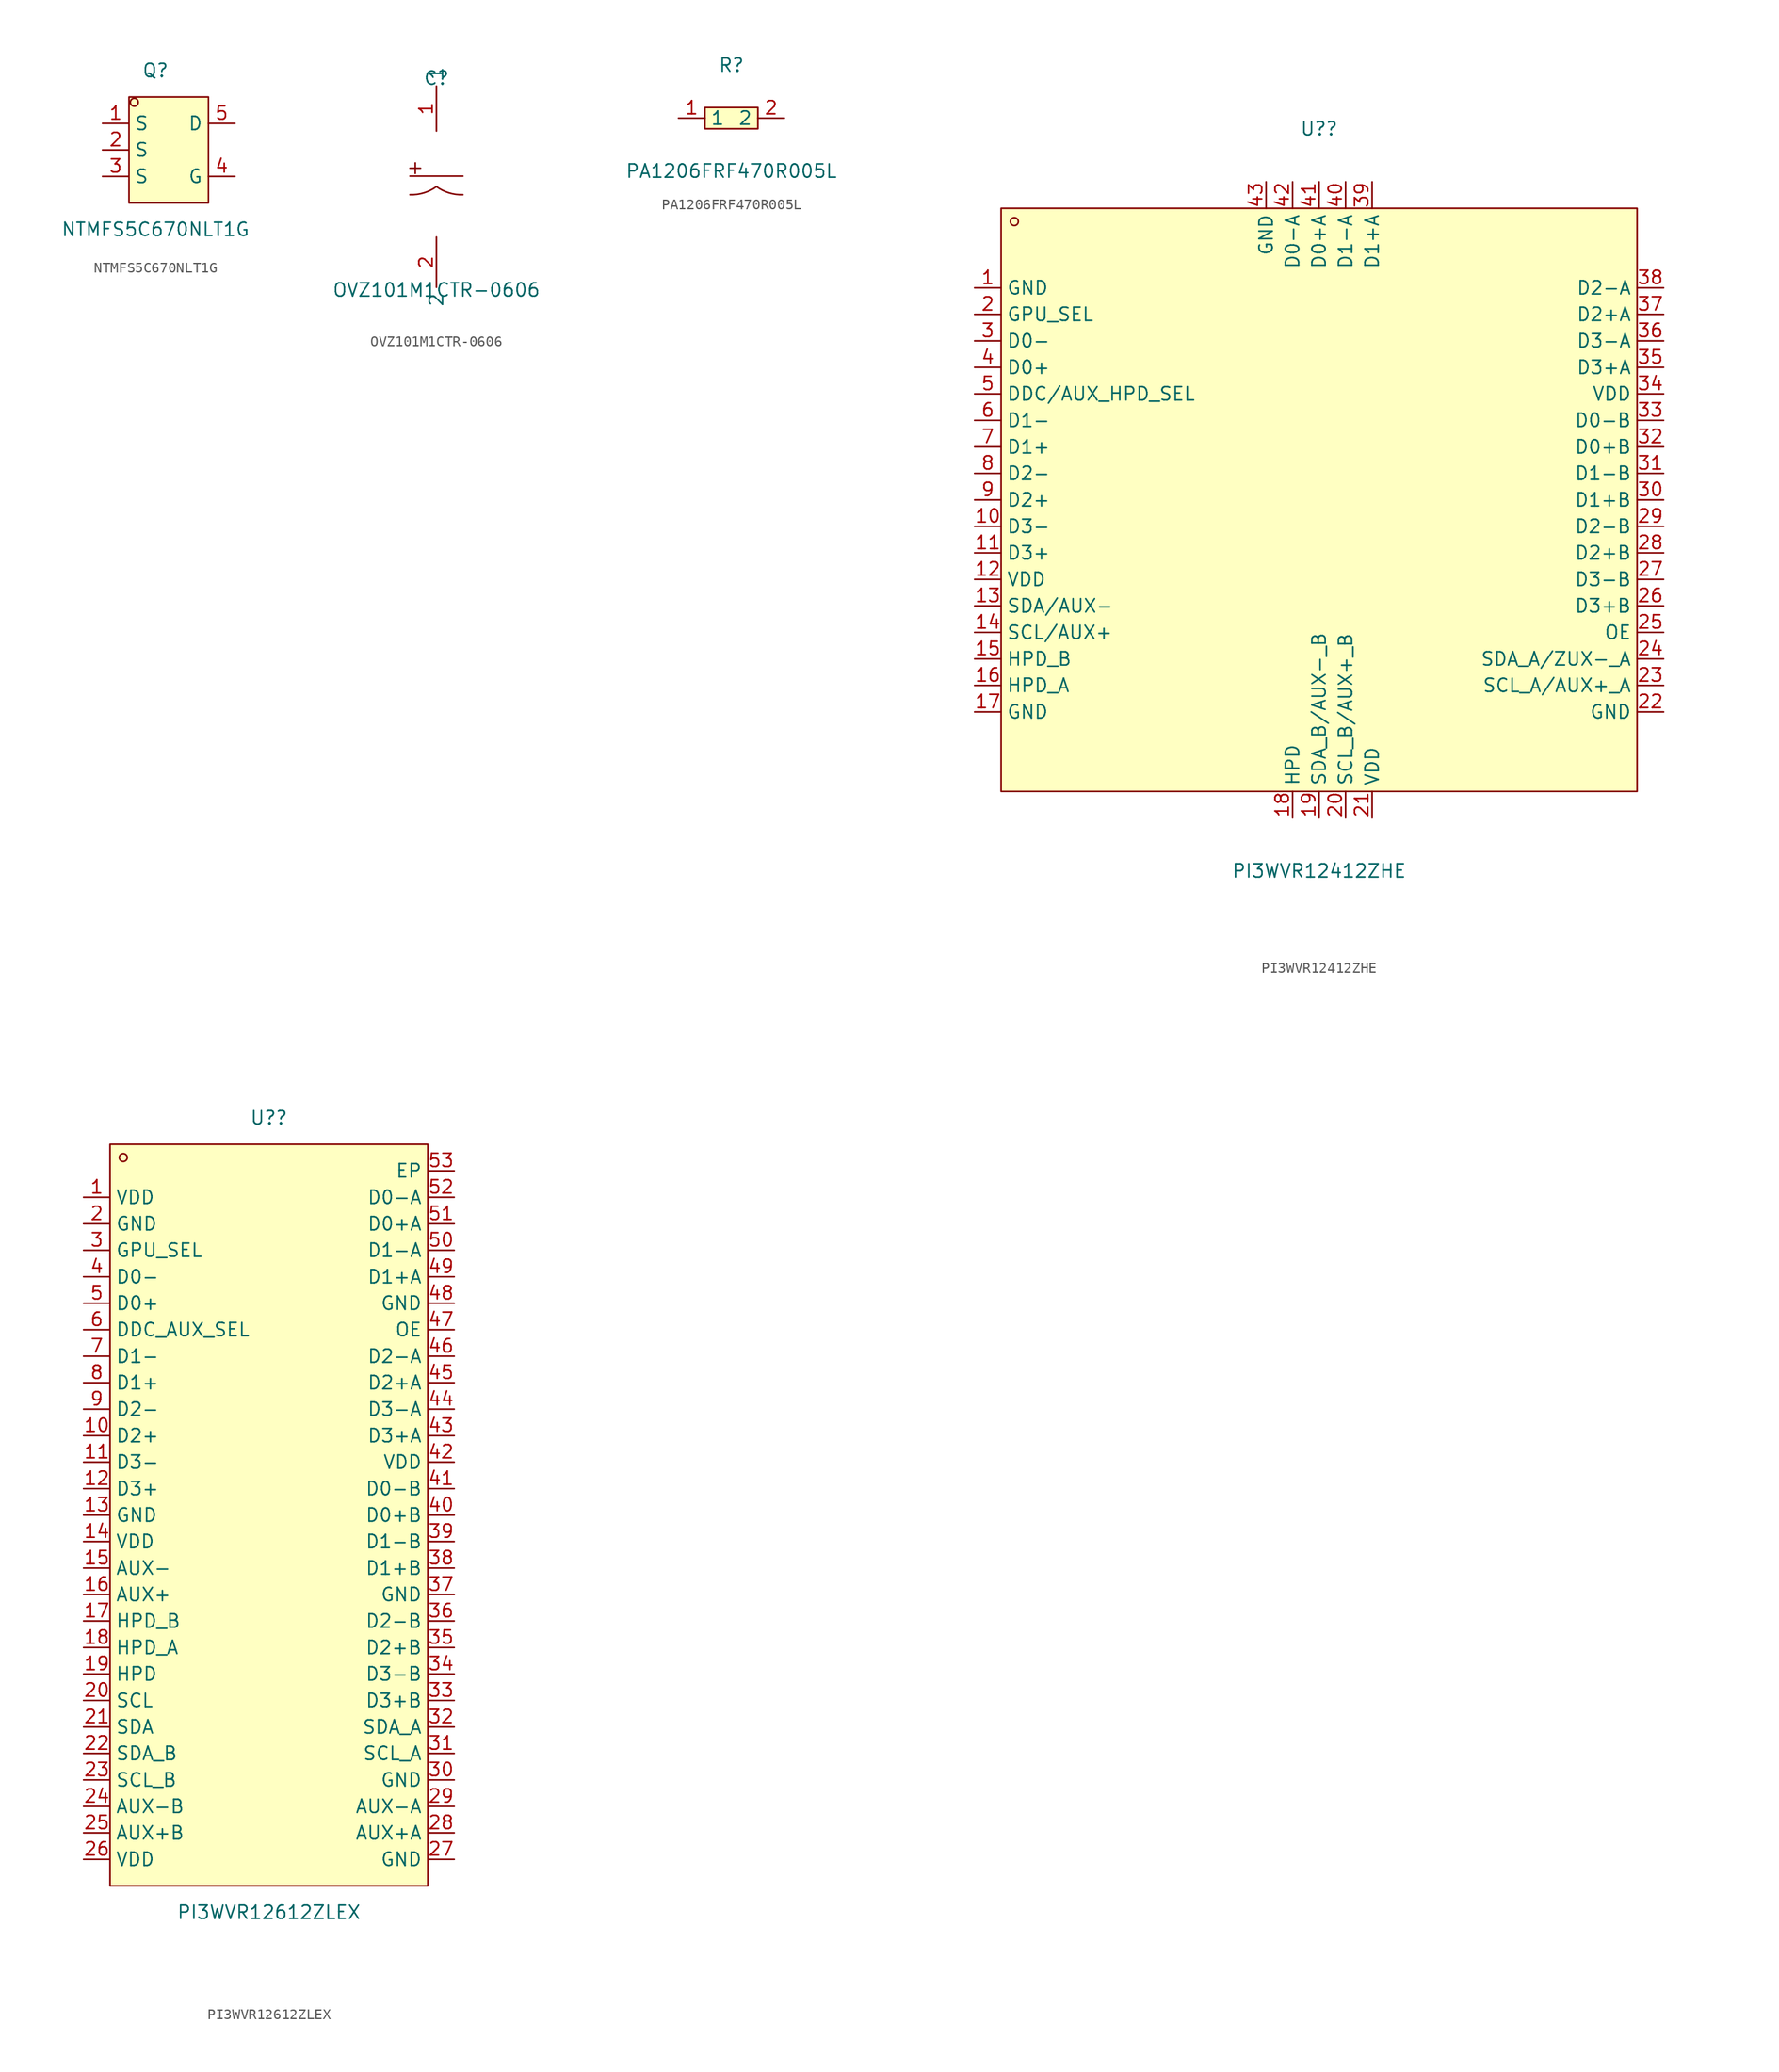
<source format=kicad_sym>
(kicad_symbol_lib
  (version 20211014)
  (generator https://github.com/uPesy/easyeda2kicad.py)
  (symbol "NTMFS5C670NLT1G"
    (property "Reference" "Q"
      (at 0 7.62 0)
      (effects (font (size 1.27 1.27))))
    (property "Value" "NTMFS5C670NLT1G"
      (at 0 -7.62 0)
      (effects (font (size 1.27 1.27))))
    (symbol "NTMFS5C670NLT1G_0_1"
      (rectangle (start -2.54 5.08) (end 5.08 -5.08) (stroke (width 0) (type default) (color 0 0 0 0)) (fill (type background)))
      (circle (center -2.03 4.57) (radius 0.38) (stroke (width 0) (type default) (color 0 0 0 0)) (fill (type none)))
      (pin unspecified line (at 7.62 2.54 180) (length 2.54) (name "D" (effects (font (size 1.27 1.27)))) (number "5" (effects (font (size 1.27 1.27)))))
      (pin unspecified line (at 7.62 -2.54 180) (length 2.54) (name "G" (effects (font (size 1.27 1.27)))) (number "4" (effects (font (size 1.27 1.27)))))
      (pin unspecified line (at -5.08 -2.54 0) (length 2.54) (name "S" (effects (font (size 1.27 1.27)))) (number "3" (effects (font (size 1.27 1.27)))))
      (pin unspecified line (at -5.08 -0.00 0) (length 2.54) (name "S" (effects (font (size 1.27 1.27)))) (number "2" (effects (font (size 1.27 1.27)))))
      (pin unspecified line (at -5.08 2.54 0) (length 2.54) (name "S" (effects (font (size 1.27 1.27)))) (number "1" (effects (font (size 1.27 1.27)))))))
  (symbol "OVZ101M1CTR-0606"
    (property "Reference" "C"
      (at 0 10.16 0)
      (effects (font (size 1.27 1.27))))
    (property "Value" "OVZ101M1CTR-0606"
      (at 0 -10.16 0)
      (effects (font (size 1.27 1.27))))
    (symbol "OVZ101M1CTR-0606_0_1"
      (rectangle (start -2.54 1.52) (end -1.52 1.52) (stroke (width 0) (type default) (color 0 0 0 0)) (fill (type background)))
      (rectangle (start -2.03 2.03) (end -2.03 1.02) (stroke (width 0) (type default) (color 0 0 0 0)) (fill (type background)))
      (arc (start 0.00 -0.25) (mid 4.23 -4.70) (end 2.54 -1.02) (stroke (width 0) (type default) (color 0 0 0 0)) (fill (type none)))
      (arc (start -2.54 -1.02) (mid 3.94 -3.72) (end 0.00 -0.25) (stroke (width 0) (type default) (color 0 0 0 0)) (fill (type none)))
      (polyline (pts (xy -2.54 0.76) (xy 2.54 0.76)) (stroke (width 0) (type default) (color 0 0 0 0)) (fill (type none)))
      (pin unspecified line (at 0.00 5.08 90) (length 4.318) (name "1" (effects (font (size 1.27 1.27)))) (number "1" (effects (font (size 1.27 1.27)))))
      (pin unspecified line (at 0.00 -5.08 270) (length 4.826) (name "2" (effects (font (size 1.27 1.27)))) (number "2" (effects (font (size 1.27 1.27)))))))
  (symbol "PA1206FRF470R005L"
    (property "Reference" "R"
      (at 0 5.08 0)
      (effects (font (size 1.27 1.27))))
    (property "Value" "PA1206FRF470R005L"
      (at 0 -5.08 0)
      (effects (font (size 1.27 1.27))))
    (symbol "PA1206FRF470R005L_0_1"
      (rectangle (start -2.54 1.02) (end 2.54 -1.02) (stroke (width 0) (type default) (color 0 0 0 0)) (fill (type background)))
      (pin unspecified line (at -5.08 -0.00 0) (length 2.54) (name "1" (effects (font (size 1.27 1.27)))) (number "1" (effects (font (size 1.27 1.27)))))
      (pin unspecified line (at 5.08 -0.00 180) (length 2.54) (name "2" (effects (font (size 1.27 1.27)))) (number "2" (effects (font (size 1.27 1.27)))))))
  (symbol "PI3WVR12412ZHE"
    (property "Reference" "U?"
      (at 0 35.56 0)
      (effects (font (size 1.27 1.27))))
    (property "Value" "PI3WVR12412ZHE"
      (at 0 -35.56 0)
      (effects (font (size 1.27 1.27))))
    (symbol "PI3WVR12412ZHE_0_1"
      (rectangle (start -30.48 27.94) (end 30.48 -27.94) (stroke (width 0) (type default) (color 0 0 0 0)) (fill (type background)))
      (circle (center -29.21 26.67) (radius 0.38) (stroke (width 0) (type default) (color 0 0 0 0)) (fill (type none)))
      (pin unspecified line (at -2.54 -30.48 90) (length 2.54) (name "HPD" (effects (font (size 1.27 1.27)))) (number "18" (effects (font (size 1.27 1.27)))))
      (pin unspecified line (at 0.00 -30.48 90) (length 2.54) (name "SDA_B/AUX-_B" (effects (font (size 1.27 1.27)))) (number "19" (effects (font (size 1.27 1.27)))))
      (pin unspecified line (at 2.54 -30.48 90) (length 2.54) (name "SCL_B/AUX+_B" (effects (font (size 1.27 1.27)))) (number "20" (effects (font (size 1.27 1.27)))))
      (pin unspecified line (at 5.08 -30.48 90) (length 2.54) (name "VDD" (effects (font (size 1.27 1.27)))) (number "21" (effects (font (size 1.27 1.27)))))
      (pin unspecified line (at 5.08 30.48 270) (length 2.54) (name "D1+A" (effects (font (size 1.27 1.27)))) (number "39" (effects (font (size 1.27 1.27)))))
      (pin unspecified line (at 2.54 30.48 270) (length 2.54) (name "D1-A" (effects (font (size 1.27 1.27)))) (number "40" (effects (font (size 1.27 1.27)))))
      (pin unspecified line (at 0.00 30.48 270) (length 2.54) (name "D0+A" (effects (font (size 1.27 1.27)))) (number "41" (effects (font (size 1.27 1.27)))))
      (pin unspecified line (at -2.54 30.48 270) (length 2.54) (name "D0-A" (effects (font (size 1.27 1.27)))) (number "42" (effects (font (size 1.27 1.27)))))
      (pin unspecified line (at 33.02 -20.32 180) (length 2.54) (name "GND" (effects (font (size 1.27 1.27)))) (number "22" (effects (font (size 1.27 1.27)))))
      (pin unspecified line (at 33.02 -17.78 180) (length 2.54) (name "SCL_A/AUX+_A" (effects (font (size 1.27 1.27)))) (number "23" (effects (font (size 1.27 1.27)))))
      (pin unspecified line (at 33.02 -15.24 180) (length 2.54) (name "SDA_A/ZUX-_A" (effects (font (size 1.27 1.27)))) (number "24" (effects (font (size 1.27 1.27)))))
      (pin unspecified line (at 33.02 -12.70 180) (length 2.54) (name "OE" (effects (font (size 1.27 1.27)))) (number "25" (effects (font (size 1.27 1.27)))))
      (pin unspecified line (at 33.02 -10.16 180) (length 2.54) (name "D3+B" (effects (font (size 1.27 1.27)))) (number "26" (effects (font (size 1.27 1.27)))))
      (pin unspecified line (at 33.02 -7.62 180) (length 2.54) (name "D3-B" (effects (font (size 1.27 1.27)))) (number "27" (effects (font (size 1.27 1.27)))))
      (pin unspecified line (at 33.02 -5.08 180) (length 2.54) (name "D2+B" (effects (font (size 1.27 1.27)))) (number "28" (effects (font (size 1.27 1.27)))))
      (pin unspecified line (at 33.02 -2.54 180) (length 2.54) (name "D2-B" (effects (font (size 1.27 1.27)))) (number "29" (effects (font (size 1.27 1.27)))))
      (pin unspecified line (at 33.02 -0.00 180) (length 2.54) (name "D1+B" (effects (font (size 1.27 1.27)))) (number "30" (effects (font (size 1.27 1.27)))))
      (pin unspecified line (at 33.02 2.54 180) (length 2.54) (name "D1-B" (effects (font (size 1.27 1.27)))) (number "31" (effects (font (size 1.27 1.27)))))
      (pin unspecified line (at 33.02 5.08 180) (length 2.54) (name "D0+B" (effects (font (size 1.27 1.27)))) (number "32" (effects (font (size 1.27 1.27)))))
      (pin unspecified line (at 33.02 7.62 180) (length 2.54) (name "D0-B" (effects (font (size 1.27 1.27)))) (number "33" (effects (font (size 1.27 1.27)))))
      (pin unspecified line (at 33.02 10.16 180) (length 2.54) (name "VDD" (effects (font (size 1.27 1.27)))) (number "34" (effects (font (size 1.27 1.27)))))
      (pin unspecified line (at 33.02 12.70 180) (length 2.54) (name "D3+A" (effects (font (size 1.27 1.27)))) (number "35" (effects (font (size 1.27 1.27)))))
      (pin unspecified line (at 33.02 15.24 180) (length 2.54) (name "D3-A" (effects (font (size 1.27 1.27)))) (number "36" (effects (font (size 1.27 1.27)))))
      (pin unspecified line (at 33.02 17.78 180) (length 2.54) (name "D2+A" (effects (font (size 1.27 1.27)))) (number "37" (effects (font (size 1.27 1.27)))))
      (pin unspecified line (at 33.02 20.32 180) (length 2.54) (name "D2-A" (effects (font (size 1.27 1.27)))) (number "38" (effects (font (size 1.27 1.27)))))
      (pin unspecified line (at -33.02 20.32 0) (length 2.54) (name "GND" (effects (font (size 1.27 1.27)))) (number "1" (effects (font (size 1.27 1.27)))))
      (pin unspecified line (at -33.02 17.78 0) (length 2.54) (name "GPU_SEL" (effects (font (size 1.27 1.27)))) (number "2" (effects (font (size 1.27 1.27)))))
      (pin unspecified line (at -33.02 15.24 0) (length 2.54) (name "D0-" (effects (font (size 1.27 1.27)))) (number "3" (effects (font (size 1.27 1.27)))))
      (pin unspecified line (at -33.02 12.70 0) (length 2.54) (name "D0+" (effects (font (size 1.27 1.27)))) (number "4" (effects (font (size 1.27 1.27)))))
      (pin unspecified line (at -33.02 10.16 0) (length 2.54) (name "DDC/AUX_HPD_SEL" (effects (font (size 1.27 1.27)))) (number "5" (effects (font (size 1.27 1.27)))))
      (pin unspecified line (at -33.02 7.62 0) (length 2.54) (name "D1-" (effects (font (size 1.27 1.27)))) (number "6" (effects (font (size 1.27 1.27)))))
      (pin unspecified line (at -33.02 5.08 0) (length 2.54) (name "D1+" (effects (font (size 1.27 1.27)))) (number "7" (effects (font (size 1.27 1.27)))))
      (pin unspecified line (at -33.02 2.54 0) (length 2.54) (name "D2-" (effects (font (size 1.27 1.27)))) (number "8" (effects (font (size 1.27 1.27)))))
      (pin unspecified line (at -33.02 -0.00 0) (length 2.54) (name "D2+" (effects (font (size 1.27 1.27)))) (number "9" (effects (font (size 1.27 1.27)))))
      (pin unspecified line (at -33.02 -2.54 0) (length 2.54) (name "D3-" (effects (font (size 1.27 1.27)))) (number "10" (effects (font (size 1.27 1.27)))))
      (pin unspecified line (at -33.02 -5.08 0) (length 2.54) (name "D3+" (effects (font (size 1.27 1.27)))) (number "11" (effects (font (size 1.27 1.27)))))
      (pin unspecified line (at -33.02 -7.62 0) (length 2.54) (name "VDD" (effects (font (size 1.27 1.27)))) (number "12" (effects (font (size 1.27 1.27)))))
      (pin unspecified line (at -33.02 -10.16 0) (length 2.54) (name "SDA/AUX-" (effects (font (size 1.27 1.27)))) (number "13" (effects (font (size 1.27 1.27)))))
      (pin unspecified line (at -33.02 -12.70 0) (length 2.54) (name "SCL/AUX+" (effects (font (size 1.27 1.27)))) (number "14" (effects (font (size 1.27 1.27)))))
      (pin unspecified line (at -33.02 -15.24 0) (length 2.54) (name "HPD_B" (effects (font (size 1.27 1.27)))) (number "15" (effects (font (size 1.27 1.27)))))
      (pin unspecified line (at -33.02 -17.78 0) (length 2.54) (name "HPD_A" (effects (font (size 1.27 1.27)))) (number "16" (effects (font (size 1.27 1.27)))))
      (pin unspecified line (at -33.02 -20.32 0) (length 2.54) (name "GND" (effects (font (size 1.27 1.27)))) (number "17" (effects (font (size 1.27 1.27)))))
      (pin unspecified line (at -5.08 30.48 270) (length 2.54) (name "GND" (effects (font (size 1.27 1.27)))) (number "43" (effects (font (size 1.27 1.27)))))))
  (symbol "PI3WVR12612ZLEX"
    (property "Reference" "U?"
      (at 0 38.10 0)
      (effects (font (size 1.27 1.27))))
    (property "Value" "PI3WVR12612ZLEX"
      (at 0 -38.10 0)
      (effects (font (size 1.27 1.27))))
    (symbol "PI3WVR12612ZLEX_0_1"
      (rectangle (start -15.24 35.56) (end 15.24 -35.56) (stroke (width 0) (type default) (color 0 0 0 0)) (fill (type background)))
      (circle (center -13.97 34.29) (radius 0.38) (stroke (width 0) (type default) (color 0 0 0 0)) (fill (type none)))
      (pin unspecified line (at -17.78 30.48 0) (length 2.54) (name "VDD" (effects (font (size 1.27 1.27)))) (number "1" (effects (font (size 1.27 1.27)))))
      (pin unspecified line (at -17.78 27.94 0) (length 2.54) (name "GND" (effects (font (size 1.27 1.27)))) (number "2" (effects (font (size 1.27 1.27)))))
      (pin unspecified line (at -17.78 25.40 0) (length 2.54) (name "GPU_SEL" (effects (font (size 1.27 1.27)))) (number "3" (effects (font (size 1.27 1.27)))))
      (pin unspecified line (at -17.78 22.86 0) (length 2.54) (name "D0-" (effects (font (size 1.27 1.27)))) (number "4" (effects (font (size 1.27 1.27)))))
      (pin unspecified line (at -17.78 20.32 0) (length 2.54) (name "D0+" (effects (font (size 1.27 1.27)))) (number "5" (effects (font (size 1.27 1.27)))))
      (pin unspecified line (at -17.78 17.78 0) (length 2.54) (name "DDC_AUX_SEL" (effects (font (size 1.27 1.27)))) (number "6" (effects (font (size 1.27 1.27)))))
      (pin unspecified line (at -17.78 15.24 0) (length 2.54) (name "D1-" (effects (font (size 1.27 1.27)))) (number "7" (effects (font (size 1.27 1.27)))))
      (pin unspecified line (at -17.78 12.70 0) (length 2.54) (name "D1+" (effects (font (size 1.27 1.27)))) (number "8" (effects (font (size 1.27 1.27)))))
      (pin unspecified line (at -17.78 10.16 0) (length 2.54) (name "D2-" (effects (font (size 1.27 1.27)))) (number "9" (effects (font (size 1.27 1.27)))))
      (pin unspecified line (at -17.78 7.62 0) (length 2.54) (name "D2+" (effects (font (size 1.27 1.27)))) (number "10" (effects (font (size 1.27 1.27)))))
      (pin unspecified line (at -17.78 5.08 0) (length 2.54) (name "D3-" (effects (font (size 1.27 1.27)))) (number "11" (effects (font (size 1.27 1.27)))))
      (pin unspecified line (at -17.78 2.54 0) (length 2.54) (name "D3+" (effects (font (size 1.27 1.27)))) (number "12" (effects (font (size 1.27 1.27)))))
      (pin unspecified line (at -17.78 -0.00 0) (length 2.54) (name "GND" (effects (font (size 1.27 1.27)))) (number "13" (effects (font (size 1.27 1.27)))))
      (pin unspecified line (at -17.78 -2.54 0) (length 2.54) (name "VDD" (effects (font (size 1.27 1.27)))) (number "14" (effects (font (size 1.27 1.27)))))
      (pin unspecified line (at -17.78 -5.08 0) (length 2.54) (name "AUX-" (effects (font (size 1.27 1.27)))) (number "15" (effects (font (size 1.27 1.27)))))
      (pin unspecified line (at -17.78 -7.62 0) (length 2.54) (name "AUX+" (effects (font (size 1.27 1.27)))) (number "16" (effects (font (size 1.27 1.27)))))
      (pin unspecified line (at -17.78 -10.16 0) (length 2.54) (name "HPD_B" (effects (font (size 1.27 1.27)))) (number "17" (effects (font (size 1.27 1.27)))))
      (pin unspecified line (at -17.78 -12.70 0) (length 2.54) (name "HPD_A" (effects (font (size 1.27 1.27)))) (number "18" (effects (font (size 1.27 1.27)))))
      (pin unspecified line (at -17.78 -15.24 0) (length 2.54) (name "HPD" (effects (font (size 1.27 1.27)))) (number "19" (effects (font (size 1.27 1.27)))))
      (pin unspecified line (at -17.78 -17.78 0) (length 2.54) (name "SCL" (effects (font (size 1.27 1.27)))) (number "20" (effects (font (size 1.27 1.27)))))
      (pin unspecified line (at -17.78 -20.32 0) (length 2.54) (name "SDA" (effects (font (size 1.27 1.27)))) (number "21" (effects (font (size 1.27 1.27)))))
      (pin unspecified line (at -17.78 -22.86 0) (length 2.54) (name "SDA_B" (effects (font (size 1.27 1.27)))) (number "22" (effects (font (size 1.27 1.27)))))
      (pin unspecified line (at -17.78 -25.40 0) (length 2.54) (name "SCL_B" (effects (font (size 1.27 1.27)))) (number "23" (effects (font (size 1.27 1.27)))))
      (pin unspecified line (at -17.78 -27.94 0) (length 2.54) (name "AUX-B" (effects (font (size 1.27 1.27)))) (number "24" (effects (font (size 1.27 1.27)))))
      (pin unspecified line (at -17.78 -30.48 0) (length 2.54) (name "AUX+B" (effects (font (size 1.27 1.27)))) (number "25" (effects (font (size 1.27 1.27)))))
      (pin unspecified line (at -17.78 -33.02 0) (length 2.54) (name "VDD" (effects (font (size 1.27 1.27)))) (number "26" (effects (font (size 1.27 1.27)))))
      (pin unspecified line (at 17.78 -33.02 180) (length 2.54) (name "GND" (effects (font (size 1.27 1.27)))) (number "27" (effects (font (size 1.27 1.27)))))
      (pin unspecified line (at 17.78 -30.48 180) (length 2.54) (name "AUX+A" (effects (font (size 1.27 1.27)))) (number "28" (effects (font (size 1.27 1.27)))))
      (pin unspecified line (at 17.78 -27.94 180) (length 2.54) (name "AUX-A" (effects (font (size 1.27 1.27)))) (number "29" (effects (font (size 1.27 1.27)))))
      (pin unspecified line (at 17.78 -25.40 180) (length 2.54) (name "GND" (effects (font (size 1.27 1.27)))) (number "30" (effects (font (size 1.27 1.27)))))
      (pin unspecified line (at 17.78 -22.86 180) (length 2.54) (name "SCL_A" (effects (font (size 1.27 1.27)))) (number "31" (effects (font (size 1.27 1.27)))))
      (pin unspecified line (at 17.78 -20.32 180) (length 2.54) (name "SDA_A" (effects (font (size 1.27 1.27)))) (number "32" (effects (font (size 1.27 1.27)))))
      (pin unspecified line (at 17.78 -17.78 180) (length 2.54) (name "D3+B" (effects (font (size 1.27 1.27)))) (number "33" (effects (font (size 1.27 1.27)))))
      (pin unspecified line (at 17.78 -15.24 180) (length 2.54) (name "D3-B" (effects (font (size 1.27 1.27)))) (number "34" (effects (font (size 1.27 1.27)))))
      (pin unspecified line (at 17.78 -12.70 180) (length 2.54) (name "D2+B" (effects (font (size 1.27 1.27)))) (number "35" (effects (font (size 1.27 1.27)))))
      (pin unspecified line (at 17.78 -10.16 180) (length 2.54) (name "D2-B" (effects (font (size 1.27 1.27)))) (number "36" (effects (font (size 1.27 1.27)))))
      (pin unspecified line (at 17.78 -7.62 180) (length 2.54) (name "GND" (effects (font (size 1.27 1.27)))) (number "37" (effects (font (size 1.27 1.27)))))
      (pin unspecified line (at 17.78 -5.08 180) (length 2.54) (name "D1+B" (effects (font (size 1.27 1.27)))) (number "38" (effects (font (size 1.27 1.27)))))
      (pin unspecified line (at 17.78 -2.54 180) (length 2.54) (name "D1-B" (effects (font (size 1.27 1.27)))) (number "39" (effects (font (size 1.27 1.27)))))
      (pin unspecified line (at 17.78 -0.00 180) (length 2.54) (name "D0+B" (effects (font (size 1.27 1.27)))) (number "40" (effects (font (size 1.27 1.27)))))
      (pin unspecified line (at 17.78 2.54 180) (length 2.54) (name "D0-B" (effects (font (size 1.27 1.27)))) (number "41" (effects (font (size 1.27 1.27)))))
      (pin unspecified line (at 17.78 5.08 180) (length 2.54) (name "VDD" (effects (font (size 1.27 1.27)))) (number "42" (effects (font (size 1.27 1.27)))))
      (pin unspecified line (at 17.78 7.62 180) (length 2.54) (name "D3+A" (effects (font (size 1.27 1.27)))) (number "43" (effects (font (size 1.27 1.27)))))
      (pin unspecified line (at 17.78 10.16 180) (length 2.54) (name "D3-A" (effects (font (size 1.27 1.27)))) (number "44" (effects (font (size 1.27 1.27)))))
      (pin unspecified line (at 17.78 12.70 180) (length 2.54) (name "D2+A" (effects (font (size 1.27 1.27)))) (number "45" (effects (font (size 1.27 1.27)))))
      (pin unspecified line (at 17.78 15.24 180) (length 2.54) (name "D2-A" (effects (font (size 1.27 1.27)))) (number "46" (effects (font (size 1.27 1.27)))))
      (pin unspecified line (at 17.78 17.78 180) (length 2.54) (name "OE" (effects (font (size 1.27 1.27)))) (number "47" (effects (font (size 1.27 1.27)))))
      (pin unspecified line (at 17.78 20.32 180) (length 2.54) (name "GND" (effects (font (size 1.27 1.27)))) (number "48" (effects (font (size 1.27 1.27)))))
      (pin unspecified line (at 17.78 22.86 180) (length 2.54) (name "D1+A" (effects (font (size 1.27 1.27)))) (number "49" (effects (font (size 1.27 1.27)))))
      (pin unspecified line (at 17.78 25.40 180) (length 2.54) (name "D1-A" (effects (font (size 1.27 1.27)))) (number "50" (effects (font (size 1.27 1.27)))))
      (pin unspecified line (at 17.78 27.94 180) (length 2.54) (name "D0+A" (effects (font (size 1.27 1.27)))) (number "51" (effects (font (size 1.27 1.27)))))
      (pin unspecified line (at 17.78 30.48 180) (length 2.54) (name "D0-A" (effects (font (size 1.27 1.27)))) (number "52" (effects (font (size 1.27 1.27)))))
      (pin unspecified line (at 17.78 33.02 180) (length 2.54) (name "EP" (effects (font (size 1.27 1.27)))) (number "53" (effects (font (size 1.27 1.27))))))))
</source>
